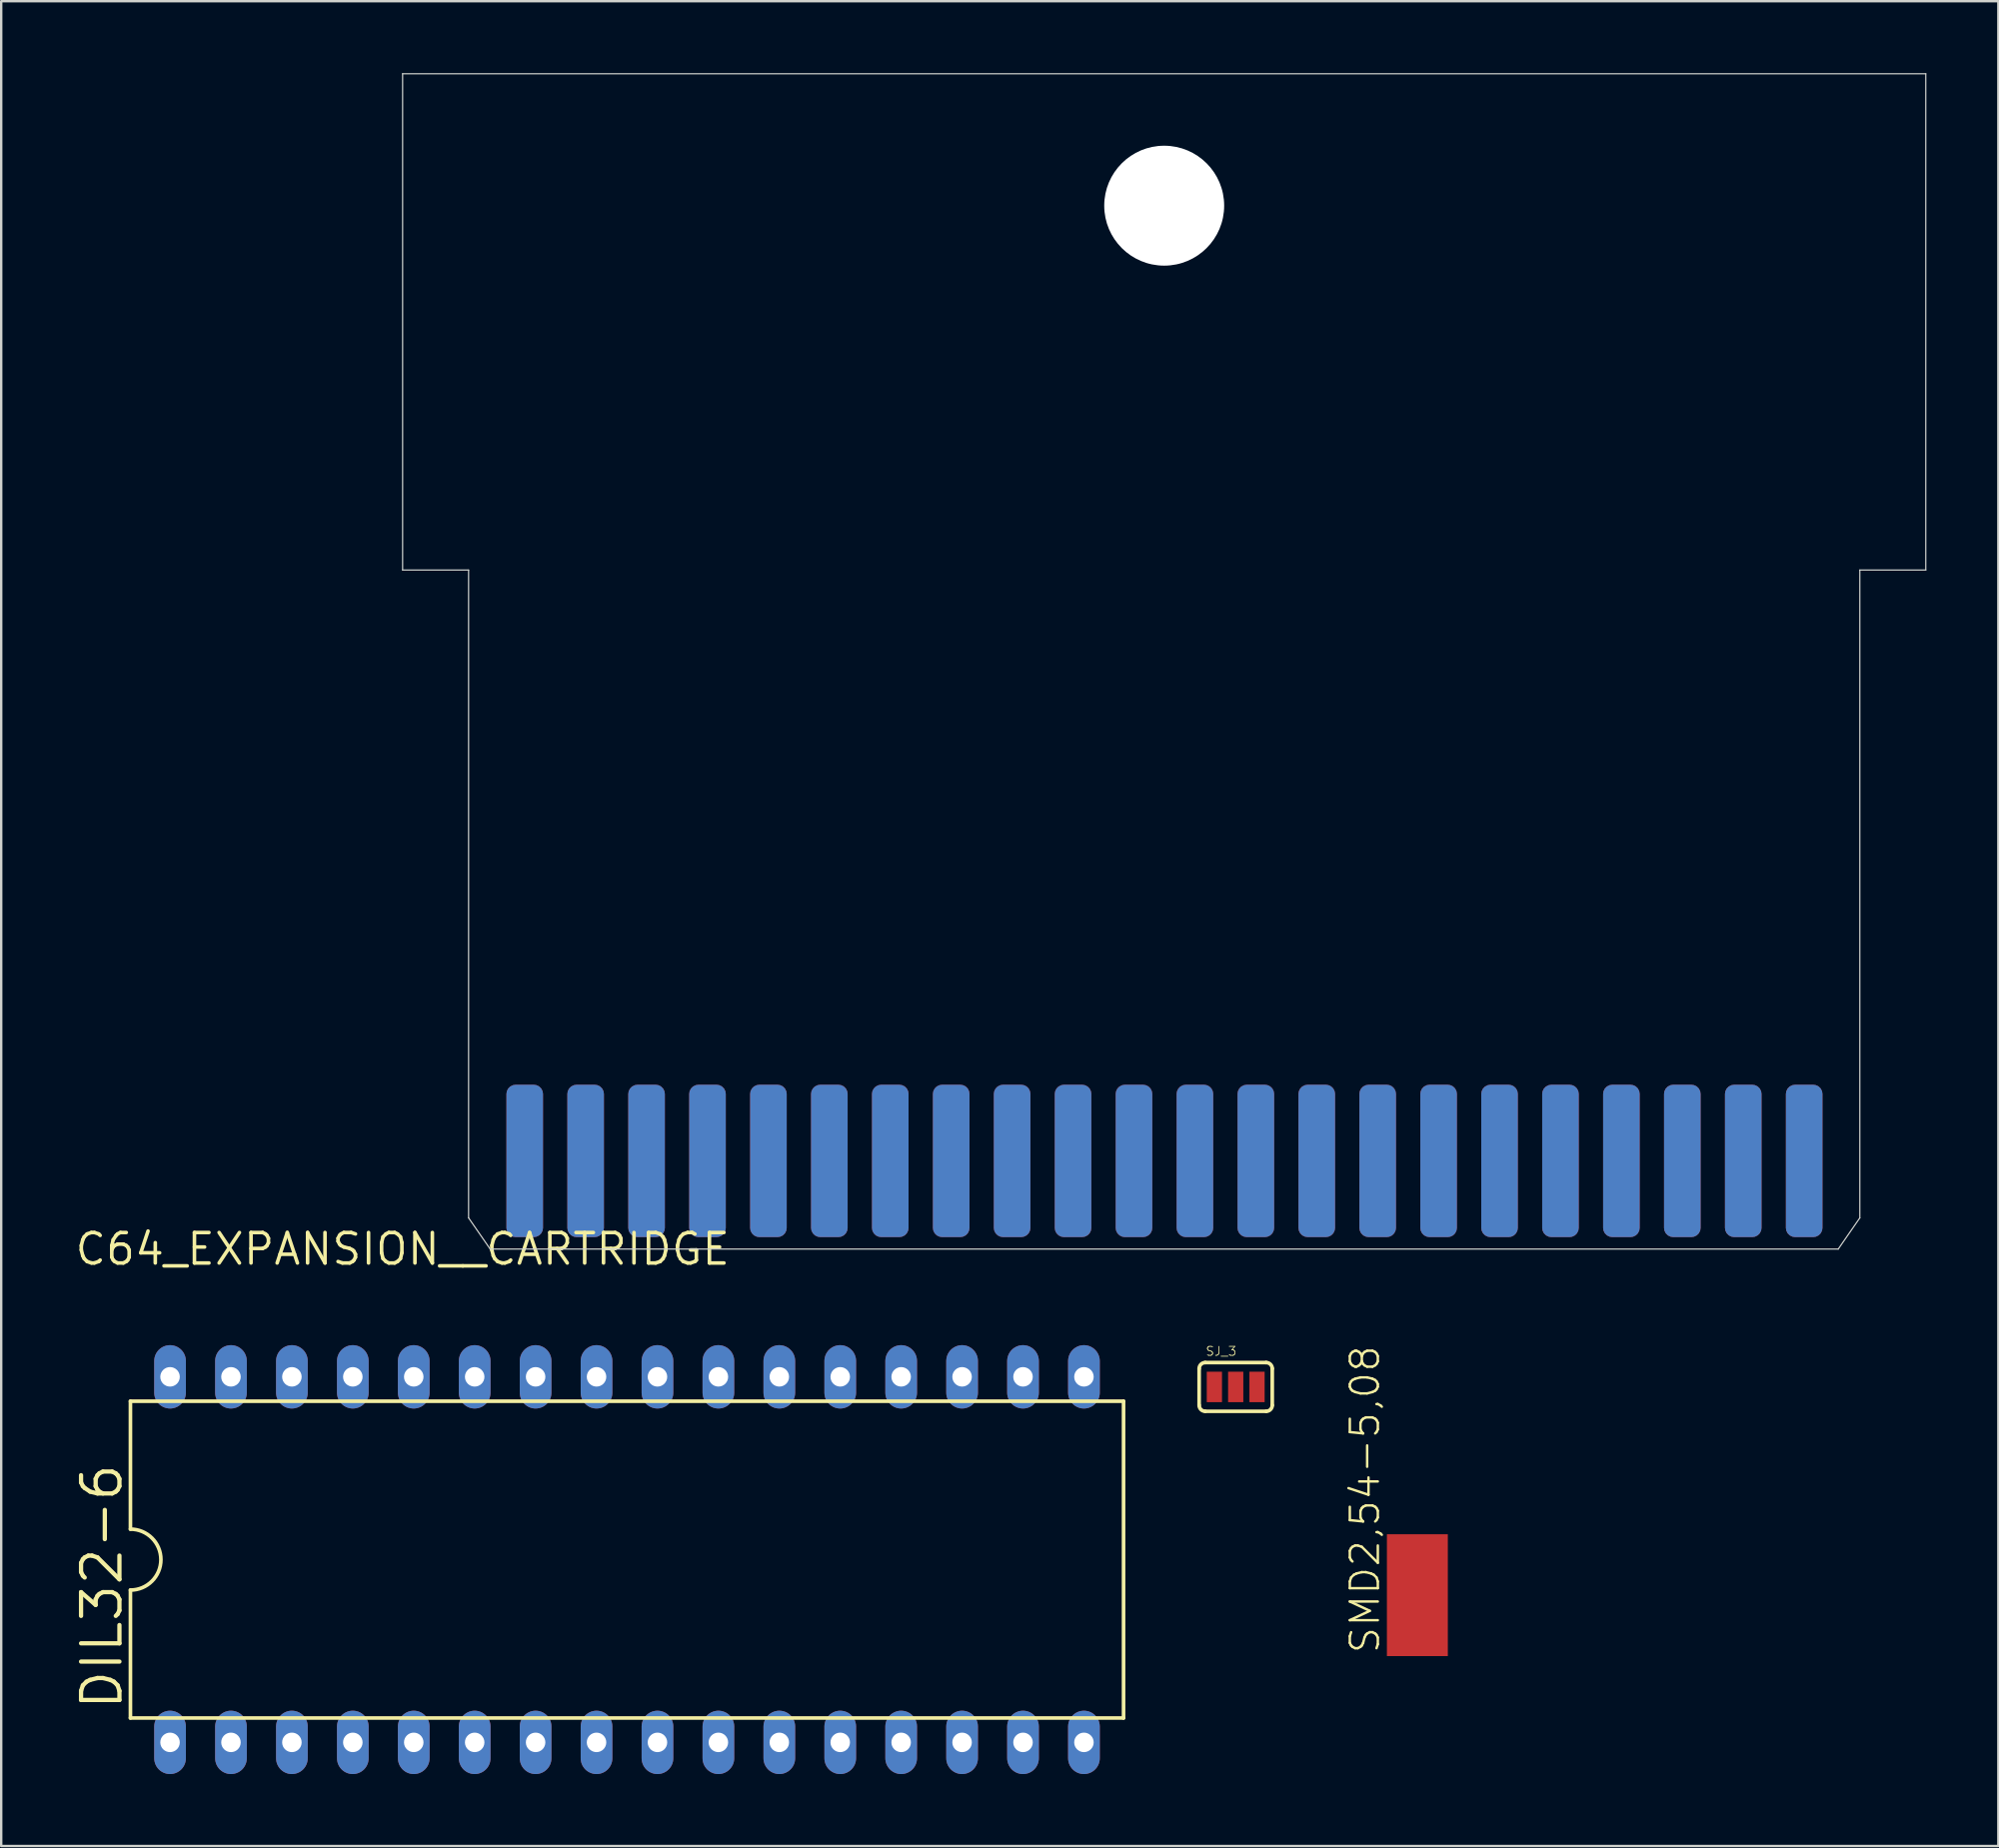
<source format=kicad_pcb>
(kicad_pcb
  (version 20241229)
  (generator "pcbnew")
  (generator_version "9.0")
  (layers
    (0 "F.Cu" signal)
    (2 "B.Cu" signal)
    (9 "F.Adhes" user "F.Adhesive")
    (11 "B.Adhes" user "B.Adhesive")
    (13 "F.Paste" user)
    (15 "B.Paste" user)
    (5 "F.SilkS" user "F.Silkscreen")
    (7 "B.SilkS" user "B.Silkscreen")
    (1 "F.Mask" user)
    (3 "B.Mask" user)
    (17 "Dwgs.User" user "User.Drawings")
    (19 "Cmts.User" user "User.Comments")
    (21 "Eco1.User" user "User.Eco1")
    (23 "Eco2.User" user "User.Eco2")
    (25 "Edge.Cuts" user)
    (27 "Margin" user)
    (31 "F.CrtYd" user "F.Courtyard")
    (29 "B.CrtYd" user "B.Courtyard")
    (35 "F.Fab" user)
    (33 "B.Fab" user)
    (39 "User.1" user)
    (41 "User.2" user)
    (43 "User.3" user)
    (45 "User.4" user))
  (footprint "DIL32-6"
    (layer "F.Cu")
    (at 23.089 61.972)
    (property "Reference" "DIL32-6" (at -20.955 6.35 90) (layer "F.SilkS") (effects (font (size 1.6 1.6) (thickness 0.178)) (justify left bottom)))
    (fp_line (start -20.701 -6.604) (end -20.701 -1.27) (stroke (width 0.152) (type solid)) (layer "F.SilkS"))
    (fp_line (start -20.701 -6.604) (end 20.701 -6.604) (stroke (width 0.152) (type solid)) (layer "F.SilkS"))
    (fp_line (start -20.701 1.27) (end -20.701 6.604) (stroke (width 0.152) (type solid)) (layer "F.SilkS"))
    (fp_line (start -20.701 6.604) (end 20.701 6.604) (stroke (width 0.152) (type solid)) (layer "F.SilkS"))
    (fp_line (start 20.701 6.604) (end 20.701 -6.604) (stroke (width 0.152) (type solid)) (layer "F.SilkS"))
    (fp_arc (start -20.701 -1.27) (mid -19.431 0) (end -20.701 1.27) (stroke (width 0.1524) (type solid)) (layer "F.SilkS"))
    (pad "1" thru_hole oval (at -19.05 7.62 90) (size 2.642 1.321) (drill 0.813) (layers "*.Cu" "*.Mask"))
    (pad "2" thru_hole oval (at -16.51 7.62 90) (size 2.642 1.321) (drill 0.813) (layers "*.Cu" "*.Mask"))
    (pad "3" thru_hole oval (at -13.97 7.62 90) (size 2.642 1.321) (drill 0.813) (layers "*.Cu" "*.Mask"))
    (pad "4" thru_hole oval (at -11.43 7.62 90) (size 2.642 1.321) (drill 0.813) (layers "*.Cu" "*.Mask"))
    (pad "5" thru_hole oval (at -8.89 7.62 90) (size 2.642 1.321) (drill 0.813) (layers "*.Cu" "*.Mask"))
    (pad "6" thru_hole oval (at -6.35 7.62 90) (size 2.642 1.321) (drill 0.813) (layers "*.Cu" "*.Mask"))
    (pad "7" thru_hole oval (at -3.81 7.62 90) (size 2.642 1.321) (drill 0.813) (layers "*.Cu" "*.Mask"))
    (pad "8" thru_hole oval (at -1.27 7.62 90) (size 2.642 1.321) (drill 0.813) (layers "*.Cu" "*.Mask"))
    (pad "9" thru_hole oval (at 1.27 7.62 90) (size 2.642 1.321) (drill 0.813) (layers "*.Cu" "*.Mask"))
    (pad "10" thru_hole oval (at 3.81 7.62 90) (size 2.642 1.321) (drill 0.813) (layers "*.Cu" "*.Mask"))
    (pad "11" thru_hole oval (at 6.35 7.62 90) (size 2.642 1.321) (drill 0.813) (layers "*.Cu" "*.Mask"))
    (pad "12" thru_hole oval (at 8.89 7.62 90) (size 2.642 1.321) (drill 0.813) (layers "*.Cu" "*.Mask"))
    (pad "13" thru_hole oval (at 11.43 7.62 90) (size 2.642 1.321) (drill 0.813) (layers "*.Cu" "*.Mask"))
    (pad "14" thru_hole oval (at 13.97 7.62 90) (size 2.642 1.321) (drill 0.813) (layers "*.Cu" "*.Mask"))
    (pad "15" thru_hole oval (at 16.51 7.62 90) (size 2.642 1.321) (drill 0.813) (layers "*.Cu" "*.Mask"))
    (pad "16" thru_hole oval (at 19.05 7.62 90) (size 2.642 1.321) (drill 0.813) (layers "*.Cu" "*.Mask"))
    (pad "17" thru_hole oval (at 19.05 -7.62 90) (size 2.642 1.321) (drill 0.813) (layers "*.Cu" "*.Mask"))
    (pad "18" thru_hole oval (at 16.51 -7.62 90) (size 2.642 1.321) (drill 0.813) (layers "*.Cu" "*.Mask"))
    (pad "19" thru_hole oval (at 13.97 -7.62 90) (size 2.642 1.321) (drill 0.813) (layers "*.Cu" "*.Mask"))
    (pad "20" thru_hole oval (at 11.43 -7.62 90) (size 2.642 1.321) (drill 0.813) (layers "*.Cu" "*.Mask"))
    (pad "21" thru_hole oval (at 8.89 -7.62 90) (size 2.642 1.321) (drill 0.813) (layers "*.Cu" "*.Mask"))
    (pad "22" thru_hole oval (at 6.35 -7.62 90) (size 2.642 1.321) (drill 0.813) (layers "*.Cu" "*.Mask"))
    (pad "23" thru_hole oval (at 3.81 -7.62 90) (size 2.642 1.321) (drill 0.813) (layers "*.Cu" "*.Mask"))
    (pad "24" thru_hole oval (at 1.27 -7.62 90) (size 2.642 1.321) (drill 0.813) (layers "*.Cu" "*.Mask"))
    (pad "25" thru_hole oval (at -1.27 -7.62 90) (size 2.642 1.321) (drill 0.813) (layers "*.Cu" "*.Mask"))
    (pad "26" thru_hole oval (at -3.81 -7.62 90) (size 2.642 1.321) (drill 0.813) (layers "*.Cu" "*.Mask"))
    (pad "27" thru_hole oval (at -6.35 -7.62 90) (size 2.642 1.321) (drill 0.813) (layers "*.Cu" "*.Mask"))
    (pad "28" thru_hole oval (at -8.89 -7.62 90) (size 2.642 1.321) (drill 0.813) (layers "*.Cu" "*.Mask"))
    (pad "29" thru_hole oval (at -11.43 -7.62 90) (size 2.642 1.321) (drill 0.813) (layers "*.Cu" "*.Mask"))
    (pad "30" thru_hole oval (at -13.97 -7.62 90) (size 2.642 1.321) (drill 0.813) (layers "*.Cu" "*.Mask"))
    (pad "31" thru_hole oval (at -16.51 -7.62 90) (size 2.642 1.321) (drill 0.813) (layers "*.Cu" "*.Mask"))
    (pad "32" thru_hole oval (at -19.05 -7.62 90) (size 2.642 1.321) (drill 0.813) (layers "*.Cu" "*.Mask")))
  (footprint "SJ_3"
    (layer "F.Cu")
    (at 48.466 54.773)
    (property "Reference" "SJ_3" (at -1.27 -1.27 0) (layer "F.SilkS") (effects (font (size 0.374 0.374) (thickness 0.033)) (justify left bottom)))
    (fp_line (start -1.524 0.762) (end -1.524 -0.762) (stroke (width 0.152) (type solid)) (layer "F.SilkS"))
    (fp_line (start -1.27 -1.016) (end 1.27 -1.016) (stroke (width 0.152) (type solid)) (layer "F.SilkS"))
    (fp_line (start 1.27 1.016) (end -1.27 1.016) (stroke (width 0.152) (type solid)) (layer "F.SilkS"))
    (fp_line (start 1.524 0.762) (end 1.524 -0.762) (stroke (width 0.152) (type solid)) (layer "F.SilkS"))
    (fp_arc (start -1.524 -0.762) (mid -1.449605 -0.941605) (end -1.27 -1.016) (stroke (width 0.1524) (type solid)) (layer "F.SilkS"))
    (fp_arc (start -1.27 1.016) (mid -1.449605 0.941605) (end -1.524 0.762) (stroke (width 0.1524) (type solid)) (layer "F.SilkS"))
    (fp_arc (start 1.27 -1.016) (mid 1.449605 -0.941605) (end 1.524 -0.762) (stroke (width 0.1524) (type solid)) (layer "F.SilkS"))
    (fp_arc (start 1.524 0.762) (mid 1.449605 0.941605) (end 1.27 1.016) (stroke (width 0.1524) (type solid)) (layer "F.SilkS"))
    (pad "1" smd rect (at -0.889 0) (size 0.635 1.27) (layers "F.Cu" "F.Mask"))
    (pad "2" smd rect (at 0 0) (size 0.635 1.27) (layers "F.Cu" "F.Mask"))
    (pad "3" smd rect (at 0.889 0) (size 0.635 1.27) (layers "F.Cu" "F.Mask")))
  (footprint "SMD2,54-5,08"
    (layer "F.Cu")
    (at 56.039 63.455)
    (property "Reference" "SMD2,54-5,08" (at -1.5 2.5 90) (layer "F.SilkS") (effects (font (size 1.168 1.168) (thickness 0.102)) (justify left bottom)))
    (pad "1" smd rect (at 0 0) (size 2.54 5.08) (layers "F.Cu" "F.Mask" "F.Paste")))
  (footprint "C64_EXPANSION__CARTRIDGE"
    (layer "F.Cu")
    (at 13.735 49.025)
    (property "Reference" "C64_EXPANSION__CARTRIDGE" (at 0 0 0) (layer "F.SilkS") (effects (font (size 1.27 1.27) (thickness 0.15))))
    (fp_line (start 0 -49) (end 63.5 -49) (stroke (width 0.05) (type solid)) (layer "Edge.Cuts"))
    (fp_line (start 0 -28.31) (end 0 -49) (stroke (width 0.05) (type solid)) (layer "Edge.Cuts"))
    (fp_line (start 0 -28.31) (end 2.75 -28.31) (stroke (width 0.05) (type solid)) (layer "Edge.Cuts"))
    (fp_line (start 2.75 -1.3) (end 2.75 -28.31) (stroke (width 0.05) (type solid)) (layer "Edge.Cuts"))
    (fp_line (start 2.75 -1.3) (end 3.65 0) (stroke (width 0.05) (type solid)) (layer "Edge.Cuts"))
    (fp_line (start 3.65 0) (end 59.85 0) (stroke (width 0.05) (type solid)) (layer "Edge.Cuts"))
    (fp_line (start 60.75 -28.31) (end 60.75 -1.3) (stroke (width 0.05) (type solid)) (layer "Edge.Cuts"))
    (fp_line (start 60.75 -1.3) (end 59.85 0) (stroke (width 0.05) (type solid)) (layer "Edge.Cuts"))
    (fp_line (start 63.5 -28.31) (end 60.75 -28.31) (stroke (width 0.05) (type solid)) (layer "Edge.Cuts"))
    (fp_line (start 63.5 -28.31) (end 63.5 -49) (stroke (width 0.05) (type solid)) (layer "Edge.Cuts"))
    (pad "" np_thru_hole circle (at 31.75 -43.5) (size 5 5) (drill 5) (layers "*.Cu" "*.Mask"))
    (pad "1" smd roundrect (at 5.09 -3.675) (size 1.524 6.35) (layers "F.Cu" "F.Mask" "F.Paste") (roundrect_rratio 0.25))
    (pad "2" smd roundrect (at 7.63 -3.675) (size 1.524 6.35) (layers "F.Cu" "F.Mask" "F.Paste") (roundrect_rratio 0.25))
    (pad "3" smd roundrect (at 10.17 -3.675) (size 1.524 6.35) (layers "F.Cu" "F.Mask" "F.Paste") (roundrect_rratio 0.25))
    (pad "4" smd roundrect (at 12.71 -3.675) (size 1.524 6.35) (layers "F.Cu" "F.Mask" "F.Paste") (roundrect_rratio 0.25))
    (pad "5" smd roundrect (at 15.25 -3.675) (size 1.524 6.35) (layers "F.Cu" "F.Mask" "F.Paste") (roundrect_rratio 0.25))
    (pad "6" smd roundrect (at 17.79 -3.675) (size 1.524 6.35) (layers "F.Cu" "F.Mask" "F.Paste") (roundrect_rratio 0.25))
    (pad "7" smd roundrect (at 20.33 -3.675) (size 1.524 6.35) (layers "F.Cu" "F.Mask" "F.Paste") (roundrect_rratio 0.25))
    (pad "8" smd roundrect (at 22.87 -3.675) (size 1.524 6.35) (layers "F.Cu" "F.Mask" "F.Paste") (roundrect_rratio 0.25))
    (pad "9" smd roundrect (at 25.41 -3.675) (size 1.524 6.35) (layers "F.Cu" "F.Mask" "F.Paste") (roundrect_rratio 0.25))
    (pad "10" smd roundrect (at 27.95 -3.675) (size 1.524 6.35) (layers "F.Cu" "F.Mask" "F.Paste") (roundrect_rratio 0.25))
    (pad "11" smd roundrect (at 30.49 -3.675) (size 1.524 6.35) (layers "F.Cu" "F.Mask" "F.Paste") (roundrect_rratio 0.25))
    (pad "12" smd roundrect (at 33.03 -3.675) (size 1.524 6.35) (layers "F.Cu" "F.Mask" "F.Paste") (roundrect_rratio 0.25))
    (pad "13" smd roundrect (at 35.57 -3.675) (size 1.524 6.35) (layers "F.Cu" "F.Mask" "F.Paste") (roundrect_rratio 0.25))
    (pad "14" smd roundrect (at 38.11 -3.675) (size 1.524 6.35) (layers "F.Cu" "F.Mask" "F.Paste") (roundrect_rratio 0.25))
    (pad "15" smd roundrect (at 40.65 -3.675) (size 1.524 6.35) (layers "F.Cu" "F.Mask" "F.Paste") (roundrect_rratio 0.25))
    (pad "16" smd roundrect (at 43.19 -3.675) (size 1.524 6.35) (layers "F.Cu" "F.Mask" "F.Paste") (roundrect_rratio 0.25))
    (pad "17" smd roundrect (at 45.73 -3.675) (size 1.524 6.35) (layers "F.Cu" "F.Mask" "F.Paste") (roundrect_rratio 0.25))
    (pad "18" smd roundrect (at 48.27 -3.675) (size 1.524 6.35) (layers "F.Cu" "F.Mask" "F.Paste") (roundrect_rratio 0.25))
    (pad "19" smd roundrect (at 50.81 -3.675) (size 1.524 6.35) (layers "F.Cu" "F.Mask" "F.Paste") (roundrect_rratio 0.25))
    (pad "20" smd roundrect (at 53.35 -3.675) (size 1.524 6.35) (layers "F.Cu" "F.Mask" "F.Paste") (roundrect_rratio 0.25))
    (pad "21" smd roundrect (at 55.89 -3.675) (size 1.524 6.35) (layers "F.Cu" "F.Mask" "F.Paste") (roundrect_rratio 0.25))
    (pad "22" smd roundrect (at 58.43 -3.675) (size 1.524 6.35) (layers "F.Cu" "F.Mask" "F.Paste") (roundrect_rratio 0.25))
    (pad "A" smd roundrect (at 5.09 -3.675) (size 1.524 6.35) (layers "B.Cu" "B.Mask" "B.Paste") (roundrect_rratio 0.25))
    (pad "B" smd roundrect (at 7.63 -3.675) (size 1.524 6.35) (layers "B.Cu" "B.Mask" "B.Paste") (roundrect_rratio 0.25))
    (pad "C" smd roundrect (at 10.17 -3.675) (size 1.524 6.35) (layers "B.Cu" "B.Mask" "B.Paste") (roundrect_rratio 0.25))
    (pad "D" smd roundrect (at 12.71 -3.675) (size 1.524 6.35) (layers "B.Cu" "B.Mask" "B.Paste") (roundrect_rratio 0.25))
    (pad "E" smd roundrect (at 15.25 -3.675) (size 1.524 6.35) (layers "B.Cu" "B.Mask" "B.Paste") (roundrect_rratio 0.25))
    (pad "F" smd roundrect (at 17.79 -3.675) (size 1.524 6.35) (layers "B.Cu" "B.Mask" "B.Paste") (roundrect_rratio 0.25))
    (pad "H" smd roundrect (at 20.33 -3.675) (size 1.524 6.35) (layers "B.Cu" "B.Mask" "B.Paste") (roundrect_rratio 0.25))
    (pad "J" smd roundrect (at 22.87 -3.675) (size 1.524 6.35) (layers "B.Cu" "B.Mask" "B.Paste") (roundrect_rratio 0.25))
    (pad "K" smd roundrect (at 25.41 -3.675) (size 1.524 6.35) (layers "B.Cu" "B.Mask" "B.Paste") (roundrect_rratio 0.25))
    (pad "L" smd roundrect (at 27.95 -3.675) (size 1.524 6.35) (layers "B.Cu" "B.Mask" "B.Paste") (roundrect_rratio 0.25))
    (pad "M" smd roundrect (at 30.49 -3.675) (size 1.524 6.35) (layers "B.Cu" "B.Mask" "B.Paste") (roundrect_rratio 0.25))
    (pad "N" smd roundrect (at 33.03 -3.675) (size 1.524 6.35) (layers "B.Cu" "B.Mask" "B.Paste") (roundrect_rratio 0.25))
    (pad "P" smd roundrect (at 35.57 -3.675) (size 1.524 6.35) (layers "B.Cu" "B.Mask" "B.Paste") (roundrect_rratio 0.25))
    (pad "R" smd roundrect (at 38.11 -3.675) (size 1.524 6.35) (layers "B.Cu" "B.Mask" "B.Paste") (roundrect_rratio 0.25))
    (pad "S" smd roundrect (at 40.65 -3.675) (size 1.524 6.35) (layers "B.Cu" "B.Mask" "B.Paste") (roundrect_rratio 0.25))
    (pad "T" smd roundrect (at 43.19 -3.675) (size 1.524 6.35) (layers "B.Cu" "B.Mask" "B.Paste") (roundrect_rratio 0.25))
    (pad "U" smd roundrect (at 45.73 -3.675) (size 1.524 6.35) (layers "B.Cu" "B.Mask" "B.Paste") (roundrect_rratio 0.25))
    (pad "V" smd roundrect (at 48.27 -3.675) (size 1.524 6.35) (layers "B.Cu" "B.Mask" "B.Paste") (roundrect_rratio 0.25))
    (pad "W" smd roundrect (at 50.81 -3.675) (size 1.524 6.35) (layers "B.Cu" "B.Mask" "B.Paste") (roundrect_rratio 0.25))
    (pad "X" smd roundrect (at 53.35 -3.675) (size 1.524 6.35) (layers "B.Cu" "B.Mask" "B.Paste") (roundrect_rratio 0.25))
    (pad "Y" smd roundrect (at 55.89 -3.675) (size 1.524 6.35) (layers "B.Cu" "B.Mask" "B.Paste") (roundrect_rratio 0.25))
    (pad "Z" smd roundrect (at 58.43 -3.675) (size 1.524 6.35) (layers "B.Cu" "B.Mask" "B.Paste") (roundrect_rratio 0.25)))
  (gr_rect
    (start -3 -3)
    (end 80.26 73.913)
    (stroke (width 0.1) (type default))
    (fill no)
    (layer "Edge.Cuts")))
</source>
